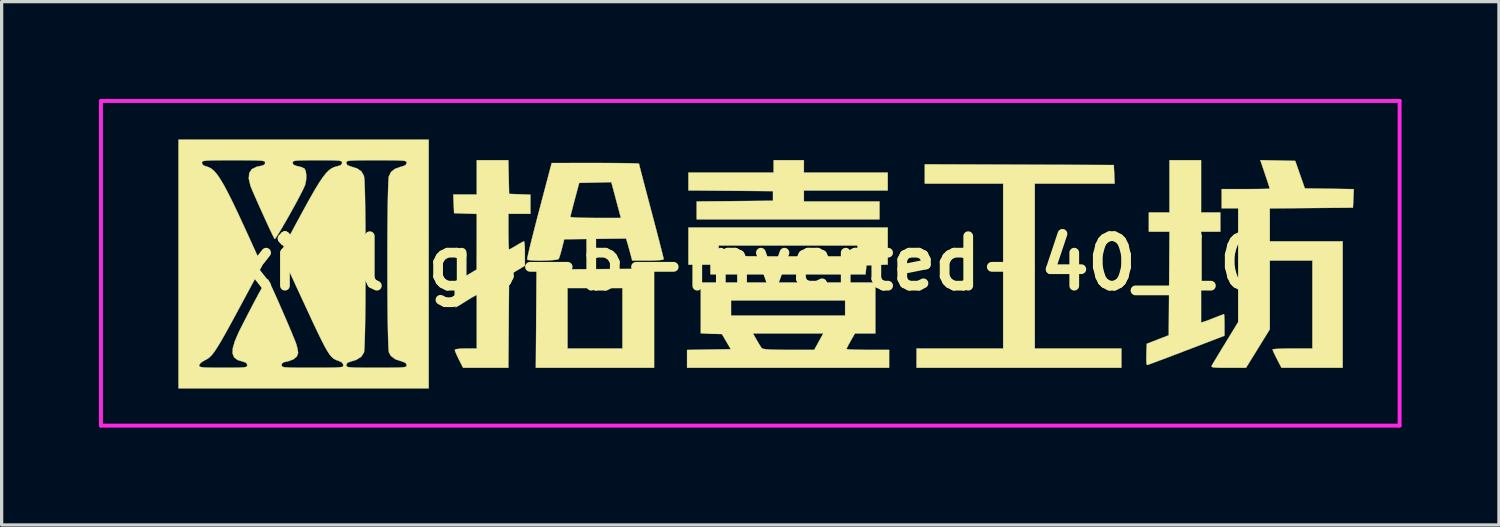
<source format=kicad_pcb>
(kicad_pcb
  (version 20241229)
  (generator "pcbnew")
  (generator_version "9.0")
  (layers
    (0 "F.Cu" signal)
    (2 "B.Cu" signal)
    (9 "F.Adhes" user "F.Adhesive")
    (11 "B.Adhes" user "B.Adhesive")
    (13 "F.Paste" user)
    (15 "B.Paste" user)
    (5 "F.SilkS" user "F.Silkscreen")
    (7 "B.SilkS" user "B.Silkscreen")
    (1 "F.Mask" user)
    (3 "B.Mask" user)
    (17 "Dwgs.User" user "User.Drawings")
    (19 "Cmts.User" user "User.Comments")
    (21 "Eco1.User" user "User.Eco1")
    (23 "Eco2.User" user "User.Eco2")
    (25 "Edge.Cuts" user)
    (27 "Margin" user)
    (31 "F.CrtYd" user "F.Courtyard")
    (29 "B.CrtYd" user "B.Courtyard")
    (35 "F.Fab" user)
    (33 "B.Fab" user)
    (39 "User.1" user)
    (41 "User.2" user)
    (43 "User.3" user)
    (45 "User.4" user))
  (footprint "xi-logo-b-inverted-40_10"
    (layer "F.Cu")
    (at 20.06 5.06)
    (property "Reference" "xi-logo-b-inverted-40_10" (at 0 0 0) (layer "F.SilkS") (effects (font (size 1.524 1.524) (thickness 0.3))))
    (attr through_hole)
    (fp_poly (pts (xy -2.963 3.217) (xy -6.605 3.217) (xy -6.587 0.762) (xy -5.63 0.762) (xy -5.63 2.625) (xy -3.937 2.625) (xy -3.937 0.762) (xy -5.63 0.762) (xy -6.587 0.762) (xy -6.583 0.191) (xy -2.963 0.168) (xy -2.963 3.217)) (stroke (width 0.01) (type solid)) (fill yes) (layer "F.SilkS"))
    (fp_poly (pts (xy 8.287 -3.038) (xy 11.197 -3.027) (xy 11.21 -2.741) (xy 11.222 -2.455) (xy 8.763 -2.455) (xy 8.763 2.625) (xy 11.43 2.625) (xy 11.43 3.217) (xy 5.122 3.217) (xy 5.122 2.625) (xy 7.789 2.625) (xy 7.789 -2.455) (xy 5.376 -2.455) (xy 5.376 -3.049) (xy 8.287 -3.038)) (stroke (width 0.01) (type solid)) (fill yes) (layer "F.SilkS"))
    (fp_poly (pts (xy 1.651 -2.794) (xy 4.233 -2.794) (xy 4.233 -2.244) (xy 1.651 -2.244) (xy 1.651 -1.905) (xy 3.979 -1.905) (xy 3.979 -1.355) (xy -1.651 -1.355) (xy -1.651 -1.904) (xy -0.476 -1.915) (xy 0.699 -1.926) (xy 0.699 -2.223) (xy -1.905 -2.245) (xy -1.905 -2.794) (xy 0.72 -2.794) (xy 0.72 -3.175) (xy 1.651 -3.175) (xy 1.651 -2.794)) (stroke (width 0.01) (type solid)) (fill yes) (layer "F.SilkS"))
    (fp_poly (pts (xy 4.233 0.039) (xy 3.905 0.051) (xy 3.577 0.064) (xy 3.564 0.201) (xy 3.551 0.339) (xy -1.228 0.339) (xy -1.228 0.042) (xy -1.905 0.042) (xy -1.905 -0.55) (xy -0.974 -0.55) (xy -0.974 -0.409) (xy -0.966 -0.305) (xy -0.947 -0.242) (xy -0.945 -0.24) (xy -0.899 -0.234) (xy -0.776 -0.229) (xy -0.584 -0.224) (xy -0.333 -0.22) (xy -0.029 -0.217) (xy 0.318 -0.214) (xy 0.701 -0.212) (xy 1.112 -0.212) (xy 1.192 -0.212) (xy 3.302 -0.212) (xy 3.302 -0.55) (xy -0.974 -0.55) (xy -1.905 -0.55) (xy -1.905 -1.101) (xy 4.233 -1.101) (xy 4.233 0.039)) (stroke (width 0.01) (type solid)) (fill yes) (layer "F.SilkS"))
    (fp_poly (pts (xy 13.885 -1.566) (xy 14.478 -1.566) (xy 14.478 -0.974) (xy 13.885 -0.974) (xy 13.885 1.826) (xy 13.981 1.797) (xy 14.07 1.766) (xy 14.205 1.715) (xy 14.327 1.667) (xy 14.458 1.615) (xy 14.554 1.579) (xy 14.591 1.566) (xy 14.598 1.605) (xy 14.602 1.709) (xy 14.605 1.856) (xy 14.605 1.898) (xy 14.605 2.23) (xy 13.429 2.681) (xy 13.132 2.795) (xy 12.86 2.898) (xy 12.623 2.987) (xy 12.433 3.058) (xy 12.297 3.108) (xy 12.228 3.131) (xy 12.221 3.133) (xy 12.207 3.094) (xy 12.2 2.991) (xy 12.2 2.844) (xy 12.201 2.806) (xy 12.213 2.479) (xy 12.89 2.217) (xy 12.913 -0.974) (xy 12.277 -0.974) (xy 12.277 -1.566) (xy 12.912 -1.566) (xy 12.912 -3.175) (xy 13.885 -3.175) (xy 13.885 -1.566)) (stroke (width 0.01) (type solid)) (fill yes) (layer "F.SilkS"))
    (fp_poly (pts (xy 3.852 2.159) (xy 3.224 2.159) (xy 3.093 2.386) (xy 3.025 2.51) (xy 2.978 2.602) (xy 2.963 2.64) (xy 3.003 2.65) (xy 3.113 2.657) (xy 3.28 2.663) (xy 3.487 2.666) (xy 3.619 2.667) (xy 4.276 2.667) (xy 4.276 3.217) (xy -1.947 3.217) (xy -1.947 2.669) (xy -1.274 2.657) (xy -0.6 2.646) (xy -0.737 2.413) (xy -0.873 2.18) (xy -1.43 2.159) (xy 0.081 2.159) (xy 0.196 2.36) (xy 0.268 2.483) (xy 0.328 2.58) (xy 0.351 2.614) (xy 0.392 2.634) (xy 0.485 2.649) (xy 0.637 2.659) (xy 0.858 2.665) (xy 1.154 2.667) (xy 1.181 2.667) (xy 1.97 2.667) (xy 2.249 2.159) (xy 0.081 2.159) (xy -1.43 2.159) (xy -1.524 2.155) (xy -1.524 1.143) (xy -0.593 1.143) (xy -0.593 1.609) (xy 2.921 1.609) (xy 2.921 1.143) (xy -0.593 1.143) (xy -1.524 1.143) (xy -1.524 0.593) (xy 3.852 0.593) (xy 3.852 2.159)) (stroke (width 0.01) (type solid)) (fill yes) (layer "F.SilkS"))
    (fp_poly (pts (xy 16.248 -3.166) (xy 16.785 -3.154) (xy 16.933 -2.731) (xy 17.081 -2.307) (xy 17.835 -2.296) (xy 18.588 -2.284) (xy 18.576 -1.999) (xy 18.563 -1.714) (xy 16.002 -1.692) (xy 16.002 -0.677) (xy 18.246 -0.677) (xy 18.246 3.217) (xy 17.304 3.217) (xy 16.362 3.217) (xy 16.224 2.951) (xy 16.156 2.815) (xy 16.107 2.71) (xy 16.087 2.656) (xy 16.087 2.655) (xy 16.127 2.644) (xy 16.236 2.635) (xy 16.401 2.629) (xy 16.605 2.625) (xy 16.701 2.625) (xy 17.314 2.625) (xy 17.314 -0.085) (xy 16.002 -0.085) (xy 16.002 2.033) (xy 15.636 2.625) (xy 15.27 3.217) (xy 14.724 3.217) (xy 14.501 3.217) (xy 14.351 3.213) (xy 14.26 3.205) (xy 14.217 3.19) (xy 14.209 3.168) (xy 14.219 3.143) (xy 14.253 3.084) (xy 14.324 2.966) (xy 14.423 2.802) (xy 14.541 2.607) (xy 14.644 2.44) (xy 15.028 1.81) (xy 15.028 -1.693) (xy 14.52 -1.693) (xy 14.52 -2.286) (xy 15.261 -2.286) (xy 15.501 -2.287) (xy 15.708 -2.289) (xy 15.87 -2.292) (xy 15.972 -2.295) (xy 16.002 -2.299) (xy 15.989 -2.342) (xy 15.955 -2.448) (xy 15.905 -2.6) (xy 15.856 -2.745) (xy 15.71 -3.177) (xy 16.248 -3.166)) (stroke (width 0.01) (type solid)) (fill yes) (layer "F.SilkS"))
    (fp_poly (pts (xy -7.441 -2.656) (xy -7.429 -2.138) (xy -6.773 -2.113) (xy -6.773 -1.524) (xy -7.451 -1.524) (xy -7.451 -0.974) (xy -7.449 -0.769) (xy -7.445 -0.599) (xy -7.439 -0.479) (xy -7.432 -0.425) (xy -7.43 -0.423) (xy -7.386 -0.444) (xy -7.293 -0.497) (xy -7.203 -0.55) (xy -7.087 -0.619) (xy -7 -0.665) (xy -6.97 -0.677) (xy -6.958 -0.638) (xy -6.948 -0.533) (xy -6.943 -0.382) (xy -6.943 -0.301) (xy -6.943 0.075) (xy -7.186 0.22) (xy -7.429 0.364) (xy -7.441 1.791) (xy -7.452 3.217) (xy -8.846 3.217) (xy -8.974 2.965) (xy -9.039 2.83) (xy -9.085 2.722) (xy -9.102 2.668) (xy -9.062 2.646) (xy -8.95 2.631) (xy -8.782 2.625) (xy -8.763 2.625) (xy -8.424 2.625) (xy -8.424 0.971) (xy -8.518 1.021) (xy -8.605 1.071) (xy -8.73 1.148) (xy -8.834 1.213) (xy -8.953 1.287) (xy -9.042 1.338) (xy -9.078 1.355) (xy -9.089 1.315) (xy -9.097 1.211) (xy -9.101 1.059) (xy -9.102 0.975) (xy -9.102 0.596) (xy -8.765 0.393) (xy -8.427 0.191) (xy -8.424 -1.521) (xy -9.123 -1.545) (xy -9.135 -1.831) (xy -9.148 -2.117) (xy -8.424 -2.117) (xy -8.424 -3.175) (xy -7.453 -3.175) (xy -7.441 -2.656)) (stroke (width 0.01) (type solid)) (fill yes) (layer "F.SilkS"))
    (fp_poly (pts (xy -4.445 -3.089) (xy -4.147 -3.087) (xy -3.887 -3.085) (xy -3.676 -3.081) (xy -3.524 -3.076) (xy -3.441 -3.071) (xy -3.429 -3.068) (xy -3.419 -3.023) (xy -3.389 -2.906) (xy -3.342 -2.726) (xy -3.281 -2.492) (xy -3.208 -2.214) (xy -3.126 -1.902) (xy -3.048 -1.606) (xy -2.959 -1.27) (xy -2.878 -0.96) (xy -2.806 -0.684) (xy -2.747 -0.454) (xy -2.702 -0.277) (xy -2.675 -0.165) (xy -2.667 -0.126) (xy -2.707 -0.108) (xy -2.82 -0.095) (xy -2.993 -0.087) (xy -3.152 -0.085) (xy -3.637 -0.085) (xy -3.684 -0.265) (xy -3.727 -0.423) (xy -3.771 -0.581) (xy -3.778 -0.604) (xy -3.824 -0.764) (xy -4.777 -0.752) (xy -5.731 -0.741) (xy -5.801 -0.461) (xy -5.841 -0.312) (xy -5.878 -0.194) (xy -5.902 -0.133) (xy -5.953 -0.114) (xy -6.067 -0.1) (xy -6.223 -0.089) (xy -6.399 -0.084) (xy -6.573 -0.084) (xy -6.724 -0.09) (xy -6.832 -0.101) (xy -6.872 -0.116) (xy -6.866 -0.163) (xy -6.841 -0.283) (xy -6.798 -0.465) (xy -6.74 -0.701) (xy -6.669 -0.981) (xy -6.589 -1.296) (xy -6.554 -1.429) (xy -5.544 -1.429) (xy -5.504 -1.419) (xy -5.393 -1.41) (xy -5.224 -1.403) (xy -5.009 -1.399) (xy -4.766 -1.397) (xy -3.985 -1.397) (xy -4.09 -1.789) (xy -4.141 -1.981) (xy -4.189 -2.161) (xy -4.226 -2.3) (xy -4.237 -2.34) (xy -4.28 -2.5) (xy -4.775 -2.488) (xy -5.27 -2.477) (xy -5.406 -1.968) (xy -5.458 -1.772) (xy -5.501 -1.605) (xy -5.531 -1.486) (xy -5.544 -1.43) (xy -5.544 -1.429) (xy -6.554 -1.429) (xy -6.504 -1.619) (xy -6.117 -3.089) (xy -4.773 -3.09) (xy -4.445 -3.089)) (stroke (width 0.01) (type solid)) (fill yes) (layer "F.SilkS"))
    (fp_poly (pts (xy -9.906 3.852) (xy -17.611 3.852) (xy -17.611 3.142) (xy -16.976 3.142) (xy -16.97 3.169) (xy -16.944 3.189) (xy -16.887 3.202) (xy -16.788 3.211) (xy -16.634 3.215) (xy -16.415 3.217) (xy -16.235 3.217) (xy -15.968 3.217) (xy -15.774 3.215) (xy -15.642 3.209) (xy -15.56 3.2) (xy -15.515 3.184) (xy -15.497 3.162) (xy -15.494 3.135) (xy -15.521 3.069) (xy -15.612 3.03) (xy -15.639 3.025) (xy -15.796 2.976) (xy -15.898 2.896) (xy -15.946 2.777) (xy -15.939 2.615) (xy -15.877 2.402) (xy -15.762 2.133) (xy -15.685 1.978) (xy -15.467 1.553) (xy -15.284 1.203) (xy -15.136 0.926) (xy -15.02 0.718) (xy -14.936 0.579) (xy -14.882 0.506) (xy -14.859 0.494) (xy -14.829 0.546) (xy -14.772 0.663) (xy -14.694 0.833) (xy -14.6 1.041) (xy -14.497 1.274) (xy -14.389 1.521) (xy -14.283 1.767) (xy -14.183 1.999) (xy -14.097 2.205) (xy -14.029 2.372) (xy -13.986 2.485) (xy -13.975 2.519) (xy -13.945 2.645) (xy -13.929 2.746) (xy -13.928 2.762) (xy -13.967 2.869) (xy -14.073 2.958) (xy -14.229 3.015) (xy -14.26 3.021) (xy -14.376 3.049) (xy -14.428 3.091) (xy -14.436 3.133) (xy -14.433 3.16) (xy -14.416 3.181) (xy -14.377 3.196) (xy -14.303 3.206) (xy -14.186 3.212) (xy -14.014 3.216) (xy -13.778 3.217) (xy -13.483 3.217) (xy -13.176 3.217) (xy -12.942 3.215) (xy -12.773 3.212) (xy -12.658 3.205) (xy -12.587 3.195) (xy -12.548 3.18) (xy -12.533 3.159) (xy -12.531 3.136) (xy -12.57 3.059) (xy -12.672 3.008) (xy -12.738 2.985) (xy -12.797 2.958) (xy -12.853 2.921) (xy -12.909 2.868) (xy -12.969 2.792) (xy -13.037 2.686) (xy -13.116 2.544) (xy -13.211 2.36) (xy -13.325 2.127) (xy -13.462 1.838) (xy -13.625 1.487) (xy -13.819 1.068) (xy -13.884 0.929) (xy -14.467 -0.333) (xy -13.982 -1.235) (xy -13.762 -1.641) (xy -13.576 -1.978) (xy -13.419 -2.253) (xy -13.286 -2.472) (xy -13.172 -2.642) (xy -13.072 -2.769) (xy -12.982 -2.861) (xy -12.897 -2.923) (xy -12.813 -2.963) (xy -12.724 -2.987) (xy -12.72 -2.988) (xy -12.612 -3.023) (xy -12.574 -3.082) (xy -12.573 -3.094) (xy -12.446 -3.094) (xy -12.415 -3.025) (xy -12.312 -2.984) (xy -12.308 -2.983) (xy -12.11 -2.921) (xy -11.981 -2.832) (xy -11.906 -2.705) (xy -11.898 -2.678) (xy -11.888 -2.6) (xy -11.88 -2.449) (xy -11.872 -2.231) (xy -11.866 -1.957) (xy -11.861 -1.635) (xy -11.857 -1.275) (xy -11.854 -0.886) (xy -11.852 -0.477) (xy -11.852 -0.057) (xy -11.852 0.365) (xy -11.854 0.781) (xy -11.856 1.179) (xy -11.86 1.553) (xy -11.865 1.892) (xy -11.871 2.187) (xy -11.878 2.43) (xy -11.886 2.611) (xy -11.895 2.721) (xy -11.9 2.747) (xy -11.985 2.879) (xy -12.138 2.974) (xy -12.308 3.025) (xy -12.413 3.066) (xy -12.446 3.134) (xy -12.446 3.136) (xy -12.442 3.163) (xy -12.424 3.183) (xy -12.381 3.197) (xy -12.302 3.207) (xy -12.178 3.213) (xy -11.998 3.216) (xy -11.752 3.217) (xy -11.515 3.217) (xy -11.211 3.217) (xy -10.982 3.215) (xy -10.816 3.212) (xy -10.704 3.205) (xy -10.635 3.194) (xy -10.599 3.178) (xy -10.585 3.157) (xy -10.583 3.136) (xy -10.615 3.068) (xy -10.717 3.026) (xy -10.721 3.025) (xy -10.931 2.956) (xy -11.069 2.853) (xy -11.129 2.747) (xy -11.139 2.677) (xy -11.147 2.531) (xy -11.155 2.319) (xy -11.161 2.049) (xy -11.167 1.731) (xy -11.171 1.375) (xy -11.174 0.988) (xy -11.176 0.58) (xy -11.177 0.16) (xy -11.177 -0.262) (xy -11.176 -0.678) (xy -11.174 -1.079) (xy -11.17 -1.455) (xy -11.166 -1.797) (xy -11.16 -2.097) (xy -11.153 -2.345) (xy -11.146 -2.531) (xy -11.137 -2.648) (xy -11.131 -2.678) (xy -11.066 -2.812) (xy -10.947 -2.907) (xy -10.763 -2.973) (xy -10.721 -2.983) (xy -10.617 -3.024) (xy -10.583 -3.091) (xy -10.583 -3.094) (xy -10.587 -3.12) (xy -10.605 -3.14) (xy -10.648 -3.155) (xy -10.727 -3.164) (xy -10.851 -3.17) (xy -11.031 -3.174) (xy -11.277 -3.175) (xy -11.515 -3.175) (xy -11.818 -3.175) (xy -12.048 -3.173) (xy -12.213 -3.169) (xy -12.325 -3.162) (xy -12.394 -3.152) (xy -12.43 -3.136) (xy -12.444 -3.114) (xy -12.446 -3.094) (xy -12.573 -3.094) (xy -12.573 -3.095) (xy -12.578 -3.124) (xy -12.599 -3.144) (xy -12.649 -3.159) (xy -12.738 -3.168) (xy -12.879 -3.173) (xy -13.083 -3.175) (xy -13.335 -3.175) (xy -13.606 -3.175) (xy -13.804 -3.172) (xy -13.941 -3.167) (xy -14.027 -3.157) (xy -14.074 -3.143) (xy -14.093 -3.121) (xy -14.097 -3.096) (xy -14.07 -3.035) (xy -13.98 -2.999) (xy -13.945 -2.992) (xy -13.826 -2.962) (xy -13.739 -2.922) (xy -13.733 -2.918) (xy -13.693 -2.839) (xy -13.676 -2.71) (xy -13.682 -2.559) (xy -13.712 -2.418) (xy -13.725 -2.383) (xy -13.781 -2.263) (xy -13.864 -2.1) (xy -13.966 -1.906) (xy -14.081 -1.696) (xy -14.202 -1.479) (xy -14.321 -1.27) (xy -14.431 -1.081) (xy -14.526 -0.923) (xy -14.598 -0.809) (xy -14.641 -0.752) (xy -14.648 -0.748) (xy -14.677 -0.798) (xy -14.733 -0.911) (xy -14.81 -1.073) (xy -14.901 -1.269) (xy -15 -1.486) (xy -15.101 -1.709) (xy -15.197 -1.924) (xy -15.281 -2.116) (xy -15.348 -2.271) (xy -15.39 -2.376) (xy -15.394 -2.387) (xy -15.447 -2.608) (xy -15.433 -2.78) (xy -15.351 -2.901) (xy -15.201 -2.973) (xy -15.134 -2.987) (xy -15.011 -3.014) (xy -14.954 -3.053) (xy -14.944 -3.095) (xy -14.948 -3.121) (xy -14.966 -3.14) (xy -15.01 -3.154) (xy -15.089 -3.164) (xy -15.213 -3.17) (xy -15.392 -3.173) (xy -15.637 -3.175) (xy -15.917 -3.175) (xy -16.229 -3.175) (xy -16.466 -3.173) (xy -16.638 -3.17) (xy -16.756 -3.163) (xy -16.831 -3.153) (xy -16.871 -3.139) (xy -16.888 -3.118) (xy -16.891 -3.094) (xy -16.857 -3.023) (xy -16.76 -2.984) (xy -16.675 -2.957) (xy -16.593 -2.91) (xy -16.509 -2.838) (xy -16.421 -2.734) (xy -16.324 -2.593) (xy -16.214 -2.408) (xy -16.089 -2.173) (xy -15.943 -1.882) (xy -15.775 -1.529) (xy -15.58 -1.108) (xy -15.438 -0.798) (xy -15.04 0.076) (xy -15.674 1.255) (xy -15.886 1.648) (xy -16.063 1.973) (xy -16.21 2.237) (xy -16.331 2.447) (xy -16.432 2.61) (xy -16.515 2.734) (xy -16.587 2.826) (xy -16.652 2.891) (xy -16.714 2.939) (xy -16.777 2.975) (xy -16.796 2.983) (xy -16.919 3.057) (xy -16.974 3.129) (xy -16.976 3.142) (xy -17.611 3.142) (xy -17.611 -3.81) (xy -9.906 -3.81) (xy -9.906 3.852)) (stroke (width 0.01) (type solid)) (fill yes) (layer "F.SilkS"))
    (fp_line (start -20 -5) (end 20 -5) (stroke (width 0.12) (type solid)) (layer "F.CrtYd"))
    (fp_line (start -20 5) (end -20 -5) (stroke (width 0.12) (type solid)) (layer "F.CrtYd"))
    (fp_line (start 20 -5) (end 20 5) (stroke (width 0.12) (type solid)) (layer "F.CrtYd"))
    (fp_line (start 20 5) (end -20 5) (stroke (width 0.12) (type solid)) (layer "F.CrtYd")))
  (gr_rect
    (start -3 -3)
    (end 43.12 13.12)
    (stroke (width 0.1) (type default))
    (fill no)
    (layer "Edge.Cuts")))
</source>
